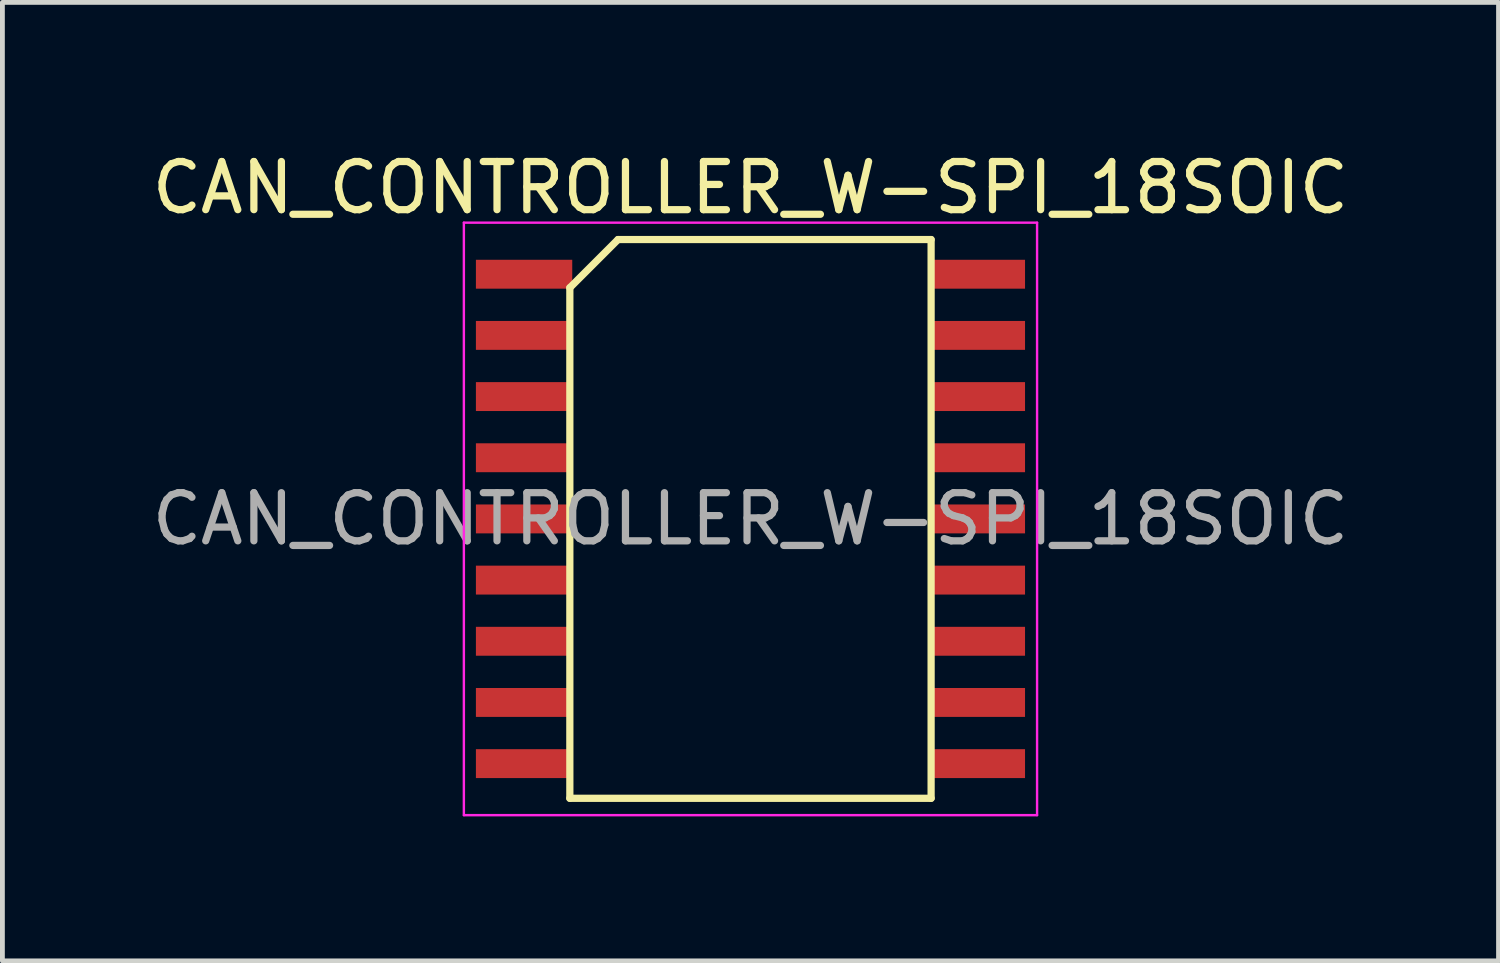
<source format=kicad_pcb>
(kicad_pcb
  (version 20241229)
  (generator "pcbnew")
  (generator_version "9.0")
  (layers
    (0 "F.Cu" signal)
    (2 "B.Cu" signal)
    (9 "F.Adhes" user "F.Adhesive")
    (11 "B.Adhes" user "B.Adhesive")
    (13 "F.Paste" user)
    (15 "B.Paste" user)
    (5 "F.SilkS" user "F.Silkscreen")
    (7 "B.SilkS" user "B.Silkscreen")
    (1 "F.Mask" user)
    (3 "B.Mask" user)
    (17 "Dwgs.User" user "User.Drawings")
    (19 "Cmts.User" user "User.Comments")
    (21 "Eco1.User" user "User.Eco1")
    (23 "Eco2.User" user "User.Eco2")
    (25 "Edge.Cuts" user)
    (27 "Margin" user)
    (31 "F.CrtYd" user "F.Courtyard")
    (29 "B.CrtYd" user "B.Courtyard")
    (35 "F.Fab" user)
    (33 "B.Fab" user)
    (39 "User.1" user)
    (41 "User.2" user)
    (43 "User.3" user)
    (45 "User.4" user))
  (footprint "CAN_CONTROLLER_W-SPI_18SOIC"
    (layer "F.Cu")
    (at 12.53 7.723)
    (property "Reference" "CAN_CONTROLLER_W-SPI_18SOIC" (at 0 -6.875 0) (layer "F.SilkS") (effects (font (size 1 1) (thickness 0.15))))
    (attr smd)
    (fp_line (start -3.75 -4.8) (end -2.75 -5.8) (stroke (width 0.15) (type solid)) (layer "F.SilkS"))
    (fp_line (start -3.75 5.8) (end -3.75 -4.8) (stroke (width 0.15) (type solid)) (layer "F.SilkS"))
    (fp_line (start -2.75 -5.8) (end 3.75 -5.8) (stroke (width 0.15) (type solid)) (layer "F.SilkS"))
    (fp_line (start 3.75 -5.8) (end 3.75 5.8) (stroke (width 0.15) (type solid)) (layer "F.SilkS"))
    (fp_line (start 3.75 5.8) (end -3.75 5.8) (stroke (width 0.15) (type solid)) (layer "F.SilkS"))
    (fp_line (start -5.95 -6.15) (end -5.95 6.15) (stroke (width 0.05) (type solid)) (layer "F.CrtYd"))
    (fp_line (start -5.95 -6.15) (end 5.95 -6.15) (stroke (width 0.05) (type solid)) (layer "F.CrtYd"))
    (fp_line (start -5.95 6.15) (end 5.95 6.15) (stroke (width 0.05) (type solid)) (layer "F.CrtYd"))
    (fp_line (start 5.95 -6.15) (end 5.95 6.15) (stroke (width 0.05) (type solid)) (layer "F.CrtYd"))
    (fp_text user "${REFERENCE}" (at 0 0 0) (layer "F.Fab") (effects (font (size 1 1) (thickness 0.15))))
    (pad "1" smd rect (at -4.7 -5.08) (size 2 0.6) (layers "F.Cu" "F.Mask" "F.Paste"))
    (pad "2" smd rect (at -4.7 -3.81) (size 2 0.6) (layers "F.Cu" "F.Mask" "F.Paste"))
    (pad "3" smd rect (at -4.7 -2.54) (size 2 0.6) (layers "F.Cu" "F.Mask" "F.Paste"))
    (pad "4" smd rect (at -4.7 -1.27) (size 2 0.6) (layers "F.Cu" "F.Mask" "F.Paste"))
    (pad "5" smd rect (at -4.7 0) (size 2 0.6) (layers "F.Cu" "F.Mask" "F.Paste"))
    (pad "6" smd rect (at -4.7 1.27) (size 2 0.6) (layers "F.Cu" "F.Mask" "F.Paste"))
    (pad "7" smd rect (at -4.7 2.54) (size 2 0.6) (layers "F.Cu" "F.Mask" "F.Paste"))
    (pad "8" smd rect (at -4.7 3.81) (size 2 0.6) (layers "F.Cu" "F.Mask" "F.Paste"))
    (pad "9" smd rect (at -4.7 5.08) (size 2 0.6) (layers "F.Cu" "F.Mask" "F.Paste"))
    (pad "10" smd rect (at 4.7 5.08) (size 2 0.6) (layers "F.Cu" "F.Mask" "F.Paste"))
    (pad "11" smd rect (at 4.7 3.81) (size 2 0.6) (layers "F.Cu" "F.Mask" "F.Paste"))
    (pad "12" smd rect (at 4.7 2.54) (size 2 0.6) (layers "F.Cu" "F.Mask" "F.Paste"))
    (pad "13" smd rect (at 4.7 1.27) (size 2 0.6) (layers "F.Cu" "F.Mask" "F.Paste"))
    (pad "14" smd rect (at 4.7 0) (size 2 0.6) (layers "F.Cu" "F.Mask" "F.Paste"))
    (pad "15" smd rect (at 4.7 -1.27) (size 2 0.6) (layers "F.Cu" "F.Mask" "F.Paste"))
    (pad "16" smd rect (at 4.7 -2.54) (size 2 0.6) (layers "F.Cu" "F.Mask" "F.Paste"))
    (pad "17" smd rect (at 4.7 -3.81) (size 2 0.6) (layers "F.Cu" "F.Mask" "F.Paste"))
    (pad "18" smd rect (at 4.7 -5.08) (size 2 0.6) (layers "F.Cu" "F.Mask" "F.Paste")))
  (gr_rect
    (start -3 -3)
    (end 28.06 16.898)
    (stroke (width 0.1) (type default))
    (fill no)
    (layer "Edge.Cuts")))
</source>
